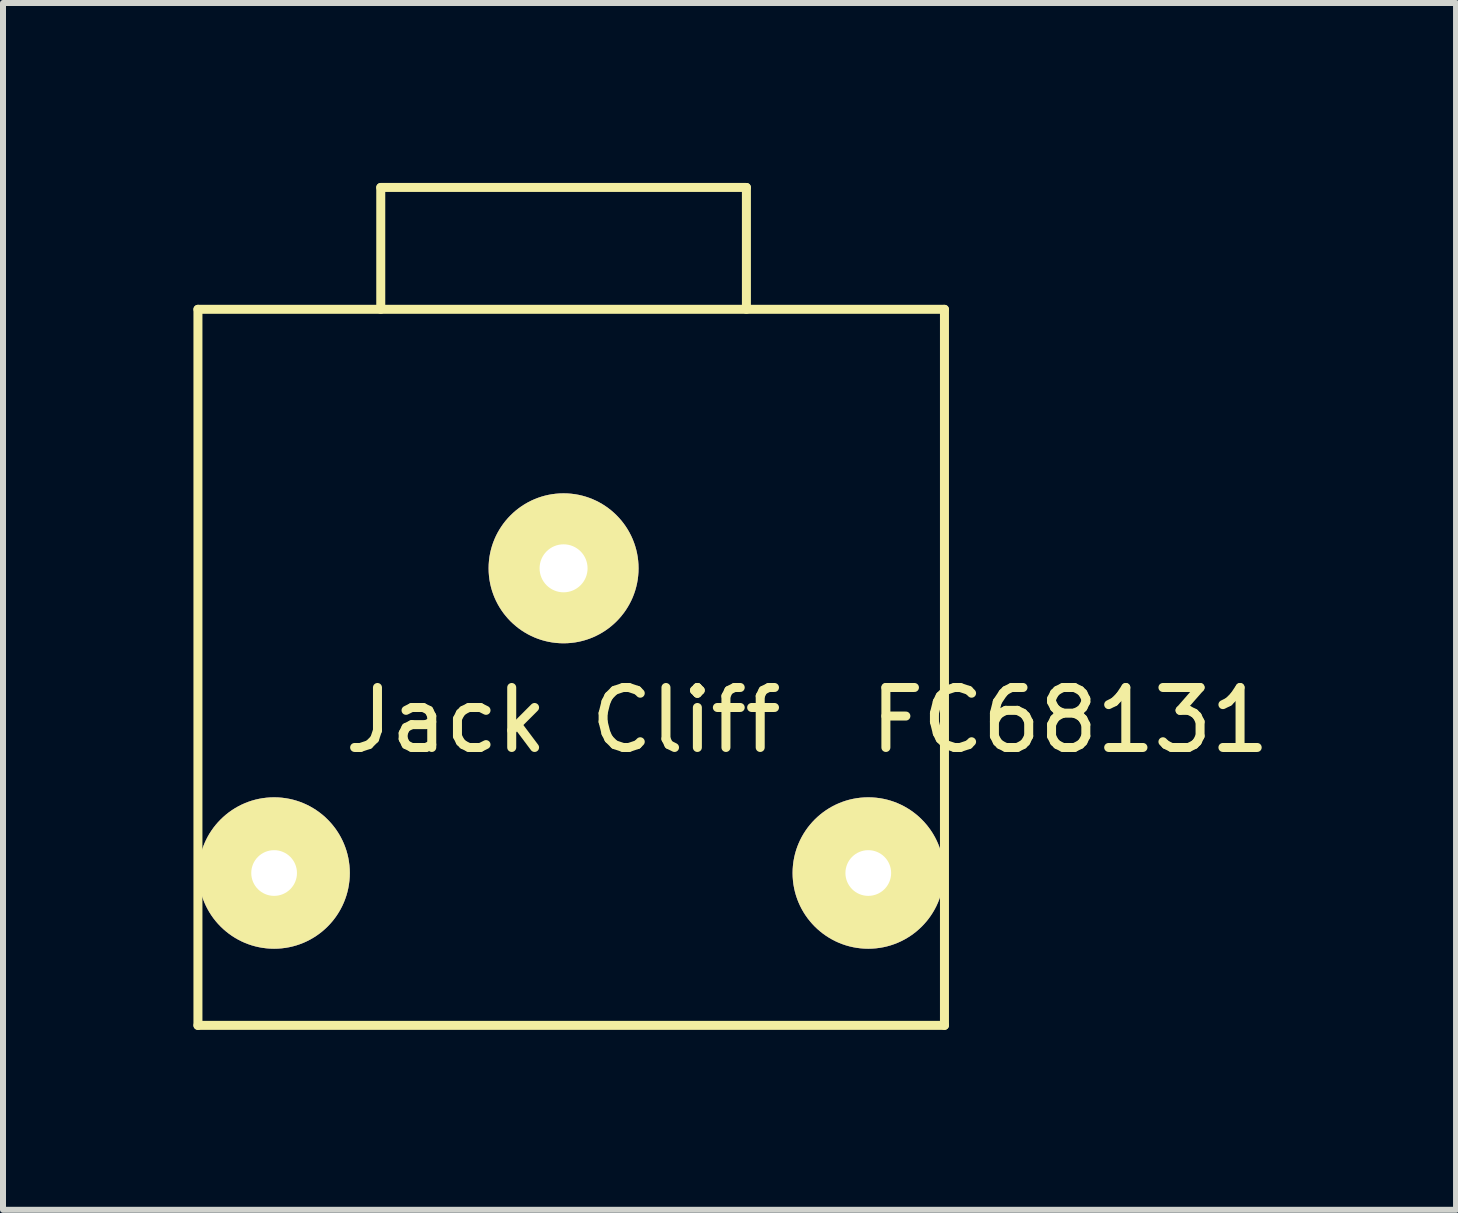
<source format=kicad_pcb>
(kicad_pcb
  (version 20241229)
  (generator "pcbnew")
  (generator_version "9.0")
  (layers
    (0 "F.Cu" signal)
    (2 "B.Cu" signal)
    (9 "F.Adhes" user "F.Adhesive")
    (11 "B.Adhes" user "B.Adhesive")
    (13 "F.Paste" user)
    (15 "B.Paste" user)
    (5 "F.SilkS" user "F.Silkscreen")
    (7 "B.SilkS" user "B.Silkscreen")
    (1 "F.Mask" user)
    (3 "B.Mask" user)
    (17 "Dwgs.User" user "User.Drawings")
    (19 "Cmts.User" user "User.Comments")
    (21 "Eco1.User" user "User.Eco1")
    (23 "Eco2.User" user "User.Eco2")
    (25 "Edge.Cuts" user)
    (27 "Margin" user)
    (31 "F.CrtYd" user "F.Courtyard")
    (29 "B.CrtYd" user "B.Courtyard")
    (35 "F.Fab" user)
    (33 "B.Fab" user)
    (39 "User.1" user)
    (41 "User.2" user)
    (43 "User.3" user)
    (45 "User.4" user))
  (footprint "Jack Cliff  FC68131"
    (layer "F.Cu")
    (at 0.25 2.107)
    (property "Reference" "Jack Cliff  FC68131" (at 10.16 6.85 0) (layer "F.SilkS") (effects (font (size 1 1) (thickness 0.15))))
    (attr through_hole)
    (fp_line (start 0 0) (end 12.446 0) (stroke (width 0.15) (type solid)) (layer "F.SilkS"))
    (fp_line (start 0 11.938) (end 0 0) (stroke (width 0.15) (type solid)) (layer "F.SilkS"))
    (fp_line (start 3.048 -2.032) (end 9.144 -2.032) (stroke (width 0.15) (type solid)) (layer "F.SilkS"))
    (fp_line (start 3.048 0) (end 3.048 -2.032) (stroke (width 0.15) (type solid)) (layer "F.SilkS"))
    (fp_line (start 9.144 -2.032) (end 9.144 0) (stroke (width 0.15) (type solid)) (layer "F.SilkS"))
    (fp_line (start 12.446 0) (end 12.446 11.938) (stroke (width 0.15) (type solid)) (layer "F.SilkS"))
    (fp_line (start 12.446 11.938) (end 0 11.938) (stroke (width 0.15) (type solid)) (layer "F.SilkS"))
    (pad "1" thru_hole circle (at 6.096 4.318) (size 2.5 2.5) (drill 0.8) (layers "*.Cu" "*.Mask" "F.SilkS"))
    (pad "2" thru_hole circle (at 1.27 9.398) (size 2.524 2.524) (drill 0.762) (layers "*.Cu" "*.Mask" "F.SilkS"))
    (pad "3" thru_hole circle (at 11.176 9.398) (size 2.524 2.524) (drill 0.762) (layers "*.Cu" "*.Mask" "F.SilkS")))
  (gr_rect
    (start -3 -3)
    (end 21.225 17.12)
    (stroke (width 0.1) (type default))
    (fill no)
    (layer "Edge.Cuts")))
</source>
